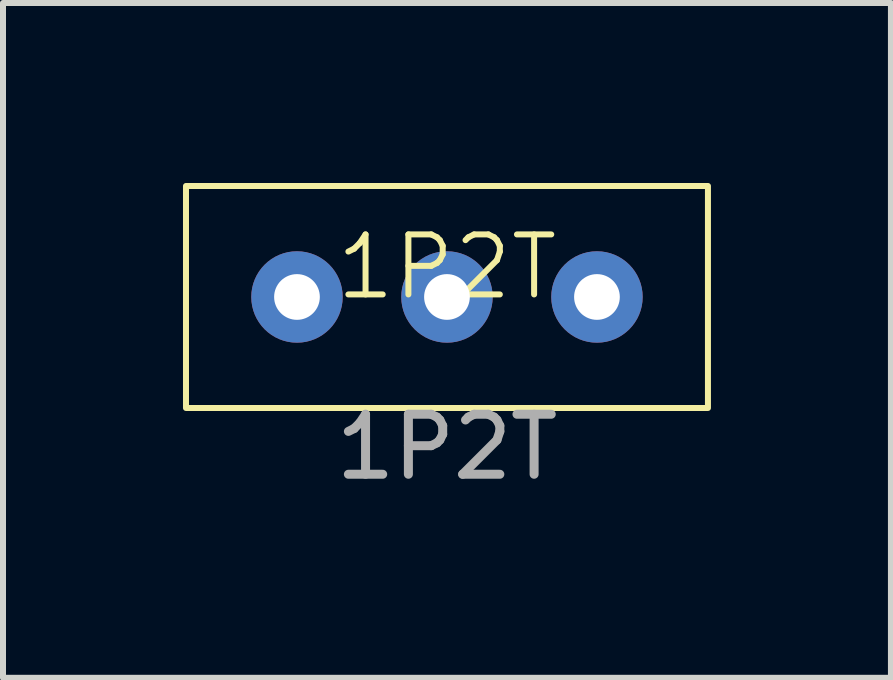
<source format=kicad_pcb>
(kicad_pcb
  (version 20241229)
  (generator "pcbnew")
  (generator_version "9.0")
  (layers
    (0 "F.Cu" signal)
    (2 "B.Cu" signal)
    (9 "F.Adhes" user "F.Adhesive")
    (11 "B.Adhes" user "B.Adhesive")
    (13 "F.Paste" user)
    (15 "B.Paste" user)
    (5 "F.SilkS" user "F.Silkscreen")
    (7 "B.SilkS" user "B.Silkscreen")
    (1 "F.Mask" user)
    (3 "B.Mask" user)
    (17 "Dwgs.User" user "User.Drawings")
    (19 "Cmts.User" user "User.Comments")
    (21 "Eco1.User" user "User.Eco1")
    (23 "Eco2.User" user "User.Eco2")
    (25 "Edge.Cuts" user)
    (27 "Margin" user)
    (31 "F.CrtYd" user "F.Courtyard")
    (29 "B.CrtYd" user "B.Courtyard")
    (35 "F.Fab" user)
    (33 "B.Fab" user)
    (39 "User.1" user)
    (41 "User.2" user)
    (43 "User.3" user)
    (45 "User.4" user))
  (footprint "1P2T"
    (layer "F.Cu")
    (at 4.4 1.9)
    (property "Reference" "1P2T" (at 0 -0.5 0) (unlocked yes) (layer "F.SilkS") (effects (font (size 1 1) (thickness 0.1))))
    (attr through_hole)
    (fp_rect (start -4.35 1.85) (end 4.35 -1.85) (stroke (width 0.1) (type default)) (fill no) (layer "F.SilkS"))
    (fp_text user "${REFERENCE}" (at 0 2.5 0) (unlocked yes) (layer "F.Fab") (effects (font (size 1 1) (thickness 0.15))))
    (pad "1" thru_hole circle (at 0 0) (size 1.524 1.524) (drill 0.762) (layers "*.Cu" "*.Mask"))
    (pad "2" thru_hole circle (at -2.5 0) (size 1.524 1.524) (drill 0.762) (layers "*.Cu" "*.Mask"))
    (pad "3" thru_hole circle (at 2.5 0) (size 1.524 1.524) (drill 0.762) (layers "*.Cu" "*.Mask")))
  (gr_rect
    (start -3 -3)
    (end 11.8 8.248)
    (stroke (width 0.1) (type default))
    (fill no)
    (layer "Edge.Cuts")))
</source>
